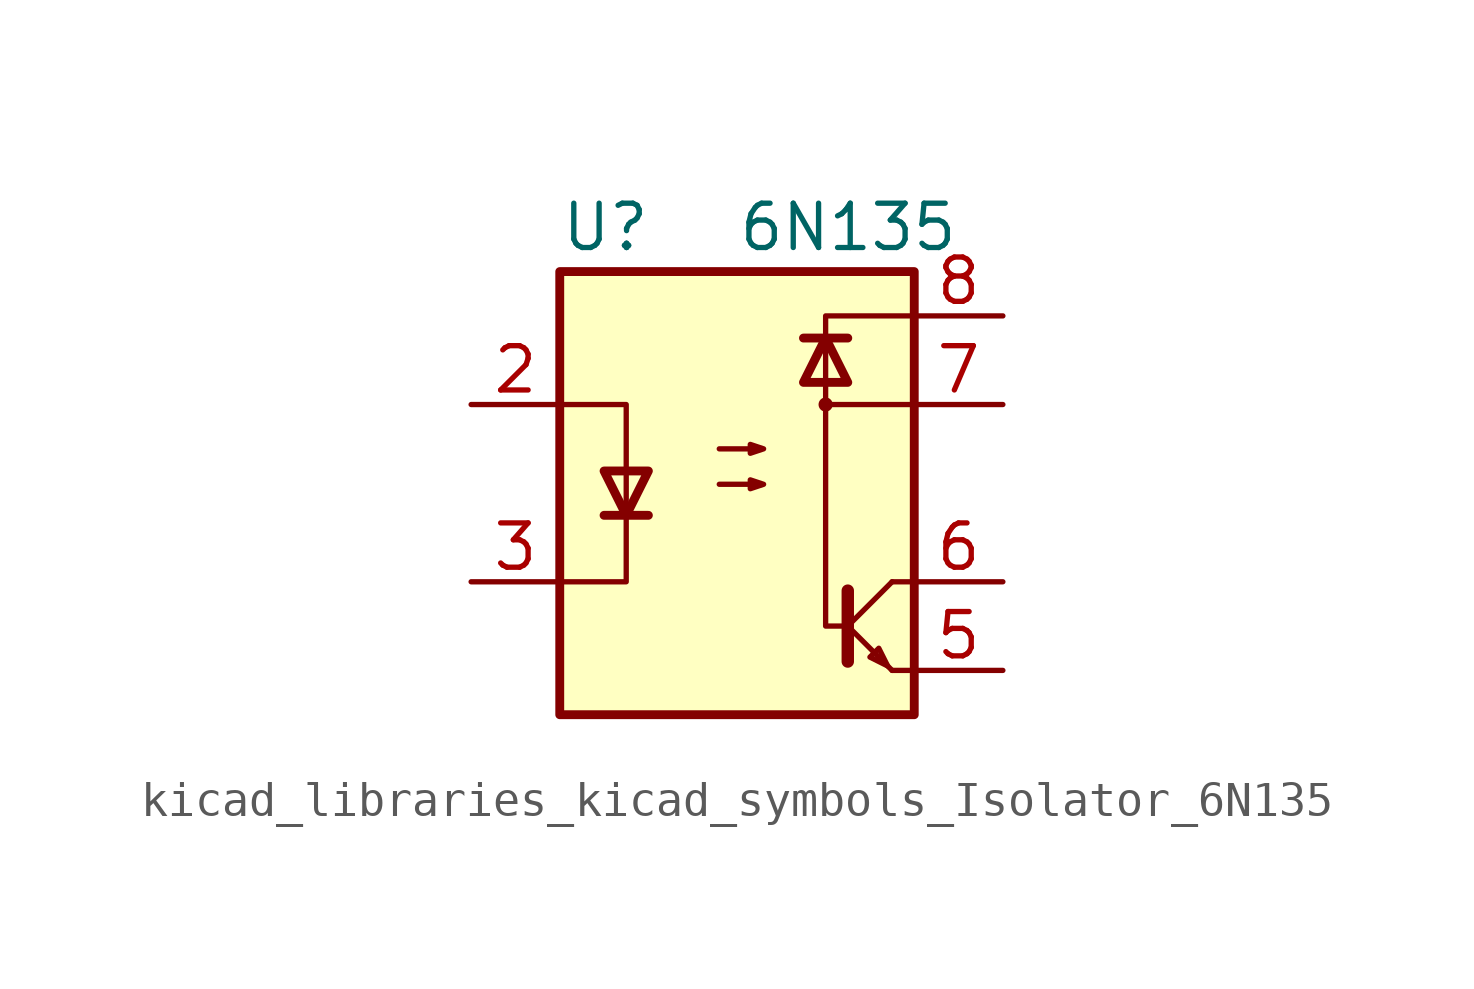
<source format=kicad_sym>
(kicad_symbol_lib
  (version 20220914)
  (generator kicad_symbol_editor)
  (symbol "kicad_libraries_kicad_symbols_Isolator_6N135"
    (pin_names
      (offset 1.016))
    (property "Reference" "U"
      (at -5.08 7.62 0)
      (effects (font (size 1.27 1.27)) (justify left)))
    (property "Value" "6N135"
      (at 0 7.62 0)
      (effects (font (size 1.27 1.27)) (justify left)))
    (symbol "kicad_libraries_kicad_symbols_Isolator_6N135_0_1"
      (rectangle (start -5.08 6.35) (end 5.08 -6.35) (stroke (width 0.254) (type default)) (fill (type background)))
      (polyline (pts (xy -3.81 -0.635) (xy -2.54 -0.635)) (stroke (width 0.254) (type default)) (fill (type none)))
      (polyline (pts (xy 1.905 4.445) (xy 3.175 4.445)) (stroke (width 0.254) (type default)) (fill (type none)))
      (polyline (pts (xy 3.175 -2.794) (xy 3.175 -4.826)) (stroke (width 0.356) (type default)) (fill (type none)))
      (polyline (pts (xy 3.302 -3.937) (xy 4.445 -5.08)) (stroke (width 0) (type default)) (fill (type none)))
      (polyline (pts (xy 3.302 -3.683) (xy 4.445 -2.54)) (stroke (width 0) (type default)) (fill (type none)))
      (polyline (pts (xy 5.08 -5.08) (xy 4.445 -5.08)) (stroke (width 0) (type default)) (fill (type none)))
      (polyline (pts (xy 5.08 -2.54) (xy 4.445 -2.54)) (stroke (width 0) (type default)) (fill (type none)))
      (polyline (pts (xy 5.08 2.54) (xy 2.54 2.54)) (stroke (width 0) (type default)) (fill (type none)))
      (polyline (pts (xy -5.08 2.54) (xy -3.175 2.54) (xy -3.175 -2.54) (xy -5.08 -2.54)) (stroke (width 0) (type default)) (fill (type none)))
      (polyline (pts (xy -3.175 -0.635) (xy -3.81 0.635) (xy -2.54 0.635) (xy -3.175 -0.635)) (stroke (width 0.254) (type default)) (fill (type none)))
      (polyline (pts (xy 2.54 4.445) (xy 1.905 3.175) (xy 3.175 3.175) (xy 2.54 4.445)) (stroke (width 0.254) (type default)) (fill (type none)))
      (polyline (pts (xy 4.318 -4.953) (xy 4.064 -4.445) (xy 3.81 -4.699) (xy 4.318 -4.953)) (stroke (width 0) (type default)) (fill (type none)))
      (polyline (pts (xy 5.08 5.08) (xy 2.54 5.08) (xy 2.54 -3.81) (xy 3.175 -3.81)) (stroke (width 0) (type default)) (fill (type none)))
      (polyline (pts (xy -0.508 0.254) (xy 0.762 0.254) (xy 0.381 0.127) (xy 0.381 0.381) (xy 0.762 0.254)) (stroke (width 0) (type default)) (fill (type none)))
      (polyline (pts (xy -0.508 1.27) (xy 0.762 1.27) (xy 0.381 1.143) (xy 0.381 1.397) (xy 0.762 1.27)) (stroke (width 0) (type default)) (fill (type none)))
      (circle (center 2.54 2.54) (radius 0.127) (stroke (width 0) (type default)) (fill (type none))))
    (symbol "kicad_libraries_kicad_symbols_Isolator_6N135_1_1"
      (pin no_connect line (at -5.08 5.08 0) (length 2.54) hide (name "NC" (effects (font (size 1.27 1.27)))) (number "1" (effects (font (size 1.27 1.27)))))
      (pin passive line (at -7.62 2.54 0) (length 2.54) (name "~" (effects (font (size 1.27 1.27)))) (number "2" (effects (font (size 1.27 1.27)))))
      (pin passive line (at -7.62 -2.54 0) (length 2.54) (name "~" (effects (font (size 1.27 1.27)))) (number "3" (effects (font (size 1.27 1.27)))))
      (pin no_connect line (at -5.08 -5.08 0) (length 2.54) hide (name "NC" (effects (font (size 1.27 1.27)))) (number "4" (effects (font (size 1.27 1.27)))))
      (pin passive line (at 7.62 -5.08 180) (length 2.54) (name "~" (effects (font (size 1.27 1.27)))) (number "5" (effects (font (size 1.27 1.27)))))
      (pin passive line (at 7.62 -2.54 180) (length 2.54) (name "~" (effects (font (size 1.27 1.27)))) (number "6" (effects (font (size 1.27 1.27)))))
      (pin passive line (at 7.62 2.54 180) (length 2.54) (name "~" (effects (font (size 1.27 1.27)))) (number "7" (effects (font (size 1.27 1.27)))))
      (pin passive line (at 7.62 5.08 180) (length 2.54) (name "~" (effects (font (size 1.27 1.27)))) (number "8" (effects (font (size 1.27 1.27))))))))
</source>
